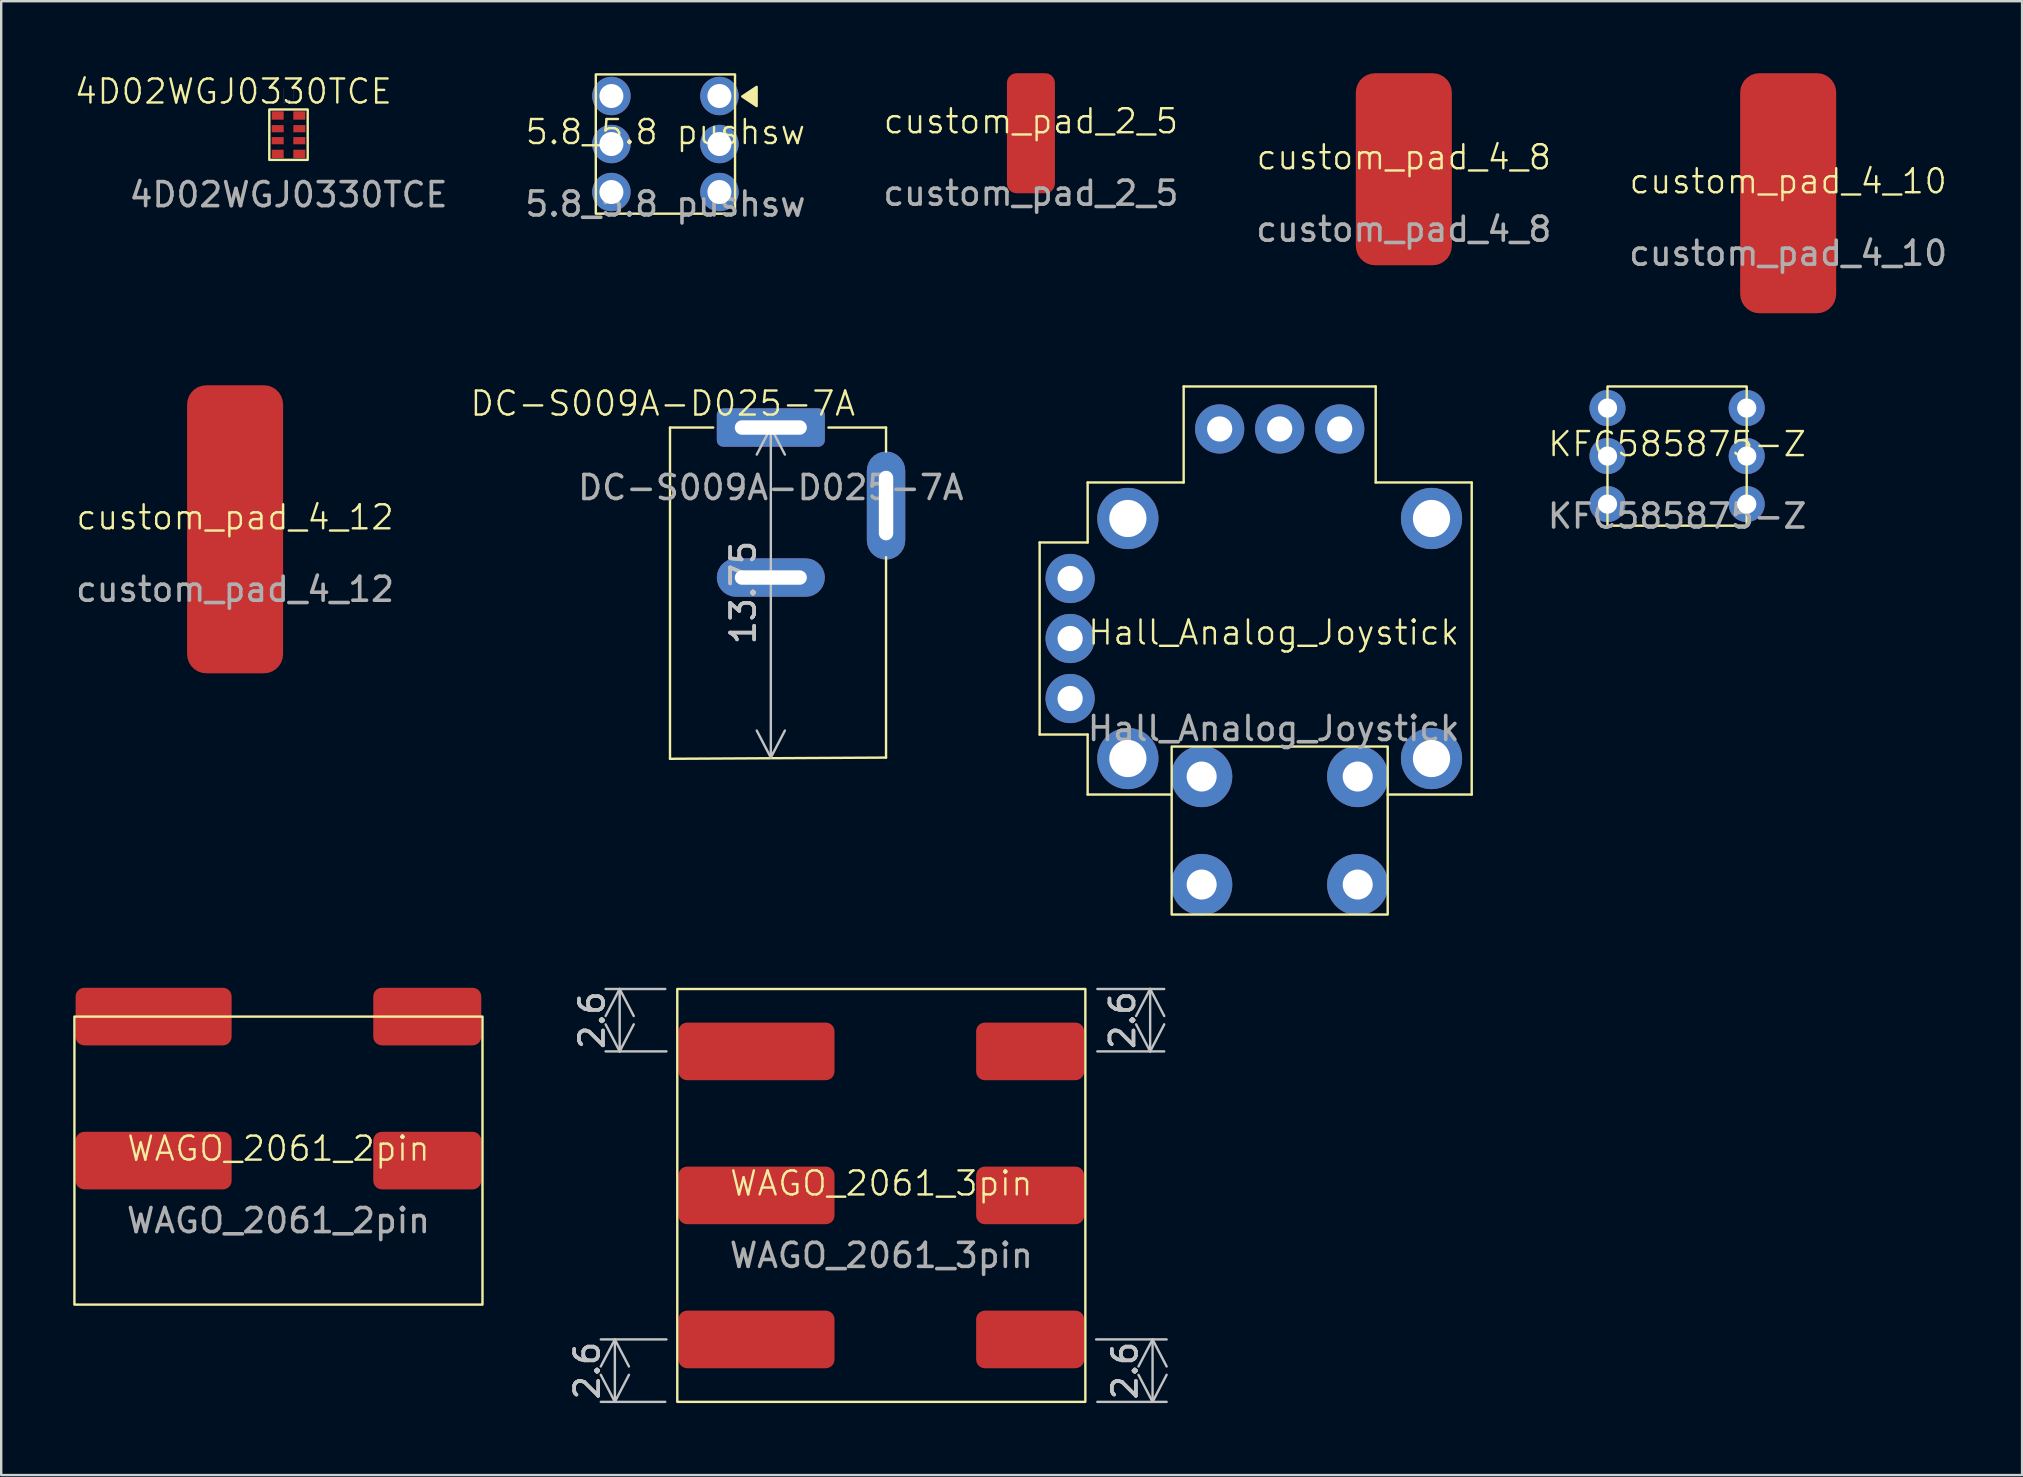
<source format=kicad_pcb>
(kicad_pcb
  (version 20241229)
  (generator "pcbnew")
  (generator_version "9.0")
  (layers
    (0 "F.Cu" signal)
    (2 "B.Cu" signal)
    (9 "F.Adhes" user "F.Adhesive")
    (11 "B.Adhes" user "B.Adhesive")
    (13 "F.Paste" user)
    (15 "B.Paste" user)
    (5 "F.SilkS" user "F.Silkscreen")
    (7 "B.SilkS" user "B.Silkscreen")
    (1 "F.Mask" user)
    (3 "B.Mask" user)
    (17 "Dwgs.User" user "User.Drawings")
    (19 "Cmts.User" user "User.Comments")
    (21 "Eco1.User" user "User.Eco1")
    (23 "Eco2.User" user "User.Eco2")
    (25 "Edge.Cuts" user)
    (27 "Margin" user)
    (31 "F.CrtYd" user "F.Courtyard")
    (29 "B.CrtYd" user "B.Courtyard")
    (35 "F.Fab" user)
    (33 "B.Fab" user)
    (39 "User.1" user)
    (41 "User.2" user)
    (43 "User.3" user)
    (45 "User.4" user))
  (footprint "custom_pad_2_5"
    (layer "F.Cu")
    (at 39.898 2.5)
    (property "Reference" "custom_pad_2_5" (at 0 -0.5 0) (unlocked yes) (layer "F.SilkS") (effects (font (size 1 1) (thickness 0.1))))
    (attr smd)
    (fp_text user "${REFERENCE}" (at 0 2.5 0) (unlocked yes) (layer "F.Fab") (effects (font (size 1 1) (thickness 0.15))))
    (pad "1" smd roundrect (at 0 0) (size 2 5) (layers "F.Cu" "F.Mask" "F.Paste") (roundrect_rratio 0.2)))
  (footprint "4D02WGJ0330TCE"
    (layer "F.Cu")
    (at 8.969 2.561)
    (property "Reference" "4D02WGJ0330TCE" (at -2.3 -1.8 0) (unlocked yes) (layer "F.SilkS") (effects (font (size 1 1) (thickness 0.1))))
    (attr smd)
    (fp_rect (start -0.8 -1.05) (end 0.8 1.05) (stroke (width 0.1) (type default)) (fill no) (layer "F.SilkS"))
    (fp_text user "${REFERENCE}" (at 0 2.5 0) (unlocked yes) (layer "F.Fab") (effects (font (size 1 1) (thickness 0.15))))
    (dimension (type orthogonal) (layer "Dwgs.User") (pts (xy 8.769 1.611) (xy 9.169 1.611)) (height -0.4) (orientation 0) (format (prefix "") (suffix "") (units 3) (units_format 0) (precision 4) (suppress_zeroes yes)) (style (thickness 0.005) (arrow_length 0.05) (text_position_mode 0) (arrow_direction outward) (extension_height 0.586) (extension_offset 0.5) (keep_text_aligned yes)) (gr_text "0.4" (at 8.969 1.148 0) (layer "Dwgs.User") (effects (font (size 0.05 0.05) (thickness 0.04) (bold yes)))))
    (pad "1" smd rect (at -0.45 -0.8) (size 0.5 0.35) (layers "F.Cu" "F.Mask" "F.Paste"))
    (pad "2" smd rect (at -0.45 -0.25) (size 0.5 0.3) (layers "F.Cu" "F.Mask" "F.Paste"))
    (pad "3" smd rect (at -0.45 0.25) (size 0.5 0.3) (layers "F.Cu" "F.Mask" "F.Paste"))
    (pad "4" smd rect (at -0.45 0.8) (size 0.5 0.35) (layers "F.Cu" "F.Mask" "F.Paste"))
    (pad "5" smd rect (at 0.45 0.8) (size 0.5 0.35) (layers "F.Cu" "F.Mask" "F.Paste"))
    (pad "6" smd rect (at 0.45 0.25) (size 0.5 0.3) (layers "F.Cu" "F.Mask" "F.Paste"))
    (pad "7" smd rect (at 0.45 -0.25) (size 0.5 0.3) (layers "F.Cu" "F.Mask" "F.Paste"))
    (pad "8" smd rect (at 0.45 -0.8) (size 0.5 0.35) (layers "F.Cu" "F.Mask" "F.Paste")))
  (footprint "custom_pad_4_12"
    (layer "F.Cu")
    (at 6.744 19)
    (property "Reference" "custom_pad_4_12" (at 0 -0.5 0) (unlocked yes) (layer "F.SilkS") (effects (font (size 1 1) (thickness 0.1))))
    (attr smd)
    (fp_text user "${REFERENCE}" (at 0 2.5 0) (unlocked yes) (layer "F.Fab") (effects (font (size 1 1) (thickness 0.15))))
    (pad "1" smd roundrect (at 0 0) (size 4 12) (layers "F.Cu" "F.Mask" "F.Paste") (roundrect_rratio 0.2)))
  (footprint "5.8_5.8 pushsw"
    (layer "F.Cu")
    (at 24.671 2.95)
    (property "Reference" "5.8_5.8 pushsw" (at 0 -0.5 0) (unlocked yes) (layer "F.SilkS") (effects (font (size 1 1) (thickness 0.1))))
    (attr smd)
    (fp_rect (start -2.9 -2.9) (end 2.9 2.9) (stroke (width 0.1) (type solid)) (fill no) (layer "F.SilkS"))
    (fp_poly (pts (xy 3.2 -1.982) (xy 3.8 -2.381) (xy 3.8 -1.581)) (stroke (width 0.1) (type solid)) (fill yes) (layer "F.SilkS"))
    (fp_text user "${REFERENCE}" (at 0 2.5 0) (unlocked yes) (layer "F.Fab") (effects (font (size 1 1) (thickness 0.15))))
    (pad "1" thru_hole circle (at 2.25 -2) (size 1.6 1.6) (drill 1) (layers "*.Cu" "*.Mask"))
    (pad "2" thru_hole circle (at 2.25 0) (size 1.6 1.6) (drill 1) (layers "*.Cu" "*.Mask"))
    (pad "3" thru_hole circle (at 2.25 2) (size 1.6 1.6) (drill 1) (layers "*.Cu" "*.Mask"))
    (pad "4" thru_hole circle (at -2.25 -2) (size 1.6 1.6) (drill 1) (layers "*.Cu" "*.Mask"))
    (pad "5" thru_hole circle (at -2.25 0) (size 1.6 1.6) (drill 1) (layers "*.Cu" "*.Mask"))
    (pad "6" thru_hole circle (at -2.25 2) (size 1.6 1.6) (drill 1) (layers "*.Cu" "*.Mask")))
  (footprint "KFC585875-Z"
    (layer "F.Cu")
    (at 66.817 15.95)
    (property "Reference" "KFC585875-Z" (at 0 -0.5 0) (unlocked yes) (layer "F.SilkS") (effects (font (size 1 1) (thickness 0.1))))
    (attr smd)
    (fp_rect (start -2.9 -2.9) (end 2.9 2.9) (stroke (width 0.1) (type default)) (fill no) (layer "F.SilkS"))
    (fp_text user "${REFERENCE}" (at 0 2.5 0) (unlocked yes) (layer "F.Fab") (effects (font (size 1 1) (thickness 0.15))))
    (pad "1" thru_hole circle (at -2.9 -2) (size 1.5 1.5) (drill 0.8) (layers "*.Cu" "*.Mask"))
    (pad "2" thru_hole circle (at -2.9 0) (size 1.5 1.5) (drill 0.8) (layers "*.Cu" "*.Mask"))
    (pad "3" thru_hole circle (at -2.9 2) (size 1.5 1.5) (drill 0.8) (layers "*.Cu" "*.Mask"))
    (pad "4" thru_hole circle (at 2.9 -2) (size 1.5 1.5) (drill 0.8) (layers "*.Cu" "*.Mask"))
    (pad "5" thru_hole circle (at 2.9 0) (size 1.5 1.5) (drill 0.8) (layers "*.Cu" "*.Mask"))
    (pad "6" thru_hole circle (at 2.9 2) (size 1.5 1.5) (drill 0.8) (layers "*.Cu" "*.Mask")))
  (footprint "DC-S009A-D025-7A"
    (layer "F.Cu")
    (at 29.062 14.761)
    (property "Reference" "DC-S009A-D025-7A" (at -4.5 -1 0) (unlocked yes) (layer "F.SilkS") (effects (font (size 1 1) (thickness 0.1))))
    (attr smd)
    (fp_line (start -4.2 13.8) (end -4.2 0) (stroke (width 0.1) (type default)) (layer "F.SilkS"))
    (fp_line (start -2.4 0) (end -4.2 0) (stroke (width 0.1) (type default)) (layer "F.SilkS"))
    (fp_line (start 2.4 0) (end 4.8 0) (stroke (width 0.1) (type default)) (layer "F.SilkS"))
    (fp_line (start 4.8 0) (end 4.8 1) (stroke (width 0.1) (type default)) (layer "F.SilkS"))
    (fp_line (start 4.8 5.4) (end 4.8 13.75) (stroke (width 0.1) (type default)) (layer "F.SilkS"))
    (fp_line (start 4.8 13.75) (end -4.2 13.8) (stroke (width 0.1) (type default)) (layer "F.SilkS"))
    (fp_text user "${REFERENCE}" (at 0 2.5 0) (unlocked yes) (layer "F.Fab") (effects (font (size 1 1) (thickness 0.15))))
    (dimension (type orthogonal) (layer "Dwgs.User") (pts (xy 29.062 14.761) (xy 29.062 28.511)) (height 0) (orientation 1) (format (prefix "") (suffix "") (units 3) (units_format 0) (precision 4) (suppress_zeroes yes)) (style (thickness 0.1) (arrow_length 1.27) (text_position_mode 0) (arrow_direction outward) (extension_height 0.586) (extension_offset 0.5) (keep_text_aligned yes)) (gr_text "13.75" (at 27.912 21.636 90) (layer "Dwgs.User") (effects (font (size 1 1) (thickness 0.15)))))
    (pad "1" thru_hole roundrect (at 0 0) (size 4.5 1.6) (drill oval 3 0.6) (layers "*.Cu" "*.Mask") (roundrect_rratio 0.167))
    (pad "2" thru_hole roundrect (at 0 6.25) (size 4.5 1.6) (drill oval 3 0.6) (layers "*.Cu" "*.Mask") (roundrect_rratio 0.5))
    (pad "3" thru_hole roundrect (at 4.8 3.25 90) (size 4.5 1.6) (drill oval 2.9 0.6) (layers "*.Cu" "*.Mask") (roundrect_rratio 0.5)))
  (footprint "custom_pad_4_8"
    (layer "F.Cu")
    (at 55.433 4)
    (property "Reference" "custom_pad_4_8" (at 0 -0.5 0) (unlocked yes) (layer "F.SilkS") (effects (font (size 1 1) (thickness 0.1))))
    (attr smd)
    (fp_text user "${REFERENCE}" (at 0 2.5 0) (unlocked yes) (layer "F.Fab") (effects (font (size 1 1) (thickness 0.15))))
    (pad "1" smd roundrect (at 0 0) (size 4 8) (layers "F.Cu" "F.Mask" "F.Paste") (roundrect_rratio 0.2)))
  (footprint "custom_pad_4_10"
    (layer "F.Cu")
    (at 71.445 5)
    (property "Reference" "custom_pad_4_10" (at 0 -0.5 0) (unlocked yes) (layer "F.SilkS") (effects (font (size 1 1) (thickness 0.1))))
    (attr smd)
    (fp_text user "${REFERENCE}" (at 0 2.5 0) (unlocked yes) (layer "F.Fab") (effects (font (size 1 1) (thickness 0.15))))
    (pad "1" smd roundrect (at 0 0) (size 4 10) (layers "F.Cu" "F.Mask" "F.Paste") (roundrect_rratio 0.2)))
  (footprint "WAGO_2061_3pin"
    (layer "F.Cu")
    (at 33.665 46.75)
    (property "Reference" "WAGO_2061_3pin" (at 0 -0.5 0) (unlocked yes) (layer "F.SilkS") (effects (font (size 1 1) (thickness 0.1))))
    (attr smd)
    (fp_rect (start -8.5 -8.6) (end 8.5 8.6) (stroke (width 0.1) (type solid)) (fill no) (layer "F.SilkS"))
    (fp_text user "${REFERENCE}" (at 0 2.5 0) (unlocked yes) (layer "F.Fab") (effects (font (size 1 1) (thickness 0.15))))
    (dimension (type orthogonal) (layer "Dwgs.User") (pts (xy 25.165 38.15) (xy 25.215 40.75)) (height -2.4) (orientation 1) (format (prefix "") (suffix "") (units 3) (units_format 0) (precision 4) (suppress_zeroes yes)) (style (thickness 0.1) (arrow_length 1.27) (text_position_mode 0) (arrow_direction outward) (extension_height 0.586) (extension_offset 0.5) (keep_text_aligned yes)) (gr_text "2.6" (at 21.615 39.45 90) (layer "Dwgs.User") (effects (font (size 1 1) (thickness 0.15)))))
    (dimension (type orthogonal) (layer "Dwgs.User") (pts (xy 25.165 55.35) (xy 25.215 52.75)) (height -2.6) (orientation 1) (format (prefix "") (suffix "") (units 3) (units_format 0) (precision 4) (suppress_zeroes yes)) (style (thickness 0.1) (arrow_length 1.27) (text_position_mode 0) (arrow_direction outward) (extension_height 0.586) (extension_offset 0.5) (keep_text_aligned yes)) (gr_text "2.6" (at 21.415 54.05 90) (layer "Dwgs.User") (effects (font (size 1 1) (thickness 0.15)))))
    (dimension (type orthogonal) (layer "Dwgs.User") (pts (xy 42.165 55.35) (xy 42.115 52.75)) (height 2.8) (orientation 1) (format (prefix "") (suffix "") (units 3) (units_format 0) (precision 4) (suppress_zeroes yes)) (style (thickness 0.1) (arrow_length 1.27) (text_position_mode 0) (arrow_direction outward) (extension_height 0.586) (extension_offset 0.5) (keep_text_aligned yes)) (gr_text "2.6" (at 43.815 54.05 90) (layer "Dwgs.User") (effects (font (size 1 1) (thickness 0.15)))))
    (dimension (type orthogonal) (layer "Dwgs.User") (pts (xy 42.165 40.75) (xy 42.165 38.15)) (height 2.7) (orientation 1) (format (prefix "") (suffix "") (units 3) (units_format 0) (precision 4) (suppress_zeroes yes)) (style (thickness 0.1) (arrow_length 1.27) (text_position_mode 0) (arrow_direction outward) (extension_height 0.586) (extension_offset 0.5) (keep_text_aligned yes)) (gr_text "2.6" (at 43.715 39.45 90) (layer "Dwgs.User") (effects (font (size 1 1) (thickness 0.15)))))
    (pad "1" smd roundrect (at -5.2 -6) (size 6.5 2.4) (layers "F.Cu" "F.Mask" "F.Paste") (roundrect_rratio 0.15))
    (pad "1" smd roundrect (at 6.2 -6) (size 4.5 2.4) (layers "F.Cu" "F.Mask" "F.Paste") (roundrect_rratio 0.15))
    (pad "2" smd roundrect (at -5.2 0) (size 6.5 2.4) (layers "F.Cu" "F.Mask" "F.Paste") (roundrect_rratio 0.15))
    (pad "2" smd roundrect (at 6.2 0) (size 4.5 2.4) (layers "F.Cu" "F.Mask" "F.Paste") (roundrect_rratio 0.15))
    (pad "3" smd roundrect (at -5.2 6) (size 6.5 2.4) (layers "F.Cu" "F.Mask" "F.Paste") (roundrect_rratio 0.15))
    (pad "3" smd roundrect (at 6.2 6) (size 4.5 2.4) (layers "F.Cu" "F.Mask" "F.Paste") (roundrect_rratio 0.15)))
  (footprint "Hall_Analog_Joystick"
    (layer "F.Cu")
    (at 50.011 24.8)
    (property "Reference" "Hall_Analog_Joystick" (at 0 -1.5 0) (unlocked yes) (layer "F.SilkS") (effects (font (size 1 1) (thickness 0.1))))
    (attr smd)
    (fp_line (start -9.75 -5.25) (end -9.75 2.75) (stroke (width 0.1) (type default)) (layer "F.SilkS"))
    (fp_line (start -9.75 2.75) (end -7.75 2.75) (stroke (width 0.1) (type default)) (layer "F.SilkS"))
    (fp_line (start -7.75 -7.75) (end -7.75 -5.25) (stroke (width 0.1) (type default)) (layer "F.SilkS"))
    (fp_line (start -7.75 -5.25) (end -9.75 -5.25) (stroke (width 0.1) (type default)) (layer "F.SilkS"))
    (fp_line (start -7.75 2.75) (end -7.75 5.25) (stroke (width 0.1) (type default)) (layer "F.SilkS"))
    (fp_line (start -7.75 5.25) (end -4.25 5.25) (stroke (width 0.1) (type default)) (layer "F.SilkS"))
    (fp_line (start -3.75 -11.75) (end -3.75 -7.75) (stroke (width 0.1) (type default)) (layer "F.SilkS"))
    (fp_line (start -3.75 -7.75) (end -7.75 -7.75) (stroke (width 0.1) (type default)) (layer "F.SilkS"))
    (fp_line (start 4.25 -11.75) (end -3.75 -11.75) (stroke (width 0.1) (type default)) (layer "F.SilkS"))
    (fp_line (start 4.25 -7.75) (end 4.25 -11.75) (stroke (width 0.1) (type default)) (layer "F.SilkS"))
    (fp_line (start 4.75 5.25) (end 8.25 5.25) (stroke (width 0.1) (type default)) (layer "F.SilkS"))
    (fp_line (start 8.25 -7.75) (end 4.25 -7.75) (stroke (width 0.1) (type default)) (layer "F.SilkS"))
    (fp_line (start 8.25 5.25) (end 8.25 -7.75) (stroke (width 0.1) (type default)) (layer "F.SilkS"))
    (fp_rect (start -4.25 3.25) (end 4.75 10.25) (stroke (width 0.1) (type default)) (fill no) (layer "F.SilkS"))
    (fp_text user "${REFERENCE}" (at 0 2.5 0) (unlocked yes) (layer "F.Fab") (effects (font (size 1 1) (thickness 0.15))))
    (pad "1" thru_hole circle (at 2.75 -9.98) (size 2.05 2.05) (drill 1.05) (layers "*.Cu" "*.Mask"))
    (pad "2" thru_hole circle (at 0.25 -9.98) (size 2.05 2.05) (drill 1.05) (layers "*.Cu" "*.Mask"))
    (pad "3" thru_hole circle (at -2.25 -9.98) (size 2.05 2.05) (drill 1.05) (layers "*.Cu" "*.Mask"))
    (pad "4" thru_hole circle (at -8.48 -3.75) (size 2.05 2.05) (drill 1.05) (layers "*.Cu" "*.Mask"))
    (pad "5" thru_hole circle (at -8.48 -1.25) (size 2.05 2.05) (drill 1.05) (layers "*.Cu" "*.Mask"))
    (pad "6" thru_hole circle (at -8.48 1.25) (size 2.05 2.05) (drill 1.05) (layers "*.Cu" "*.Mask"))
    (pad "7" thru_hole circle (at -3 4.5) (size 2.55 2.55) (drill 1.25) (layers "*.Cu" "*.Mask"))
    (pad "7" thru_hole circle (at 3.5 4.5) (size 2.55 2.55) (drill 1.25) (layers "*.Cu" "*.Mask"))
    (pad "8" thru_hole circle (at -3 9) (size 2.55 2.55) (drill 1.25) (layers "*.Cu" "*.Mask"))
    (pad "8" thru_hole circle (at 3.5 9) (size 2.55 2.55) (drill 1.25) (layers "*.Cu" "*.Mask"))
    (pad "9" thru_hole circle (at -6.075 -6.25) (size 2.55 2.55) (drill 1.55) (layers "*.Cu" "*.Mask"))
    (pad "9" thru_hole circle (at -6.075 3.75) (size 2.55 2.55) (drill 1.55) (layers "*.Cu" "*.Mask"))
    (pad "9" thru_hole circle (at 6.575 -6.25) (size 2.55 2.55) (drill 1.55) (layers "*.Cu" "*.Mask"))
    (pad "9" thru_hole circle (at 6.575 3.75) (size 2.55 2.55) (drill 1.55) (layers "*.Cu" "*.Mask")))
  (footprint "WAGO_2061_2pin"
    (layer "F.Cu")
    (at 8.55 45.3)
    (property "Reference" "WAGO_2061_2pin" (at 0 -0.5 0) (unlocked yes) (layer "F.SilkS") (effects (font (size 1 1) (thickness 0.1))))
    (attr smd)
    (fp_rect (start -8.5 -6) (end 8.5 6) (stroke (width 0.1) (type solid)) (fill no) (layer "F.SilkS"))
    (fp_text user "${REFERENCE}" (at 0 2.5 0) (unlocked yes) (layer "F.Fab") (effects (font (size 1 1) (thickness 0.15))))
    (pad "1" smd roundrect (at -5.2 -6) (size 6.5 2.4) (layers "F.Cu" "F.Mask" "F.Paste") (roundrect_rratio 0.15))
    (pad "1" smd roundrect (at 6.2 -6) (size 4.5 2.4) (layers "F.Cu" "F.Mask" "F.Paste") (roundrect_rratio 0.15))
    (pad "2" smd roundrect (at -5.2 0) (size 6.5 2.4) (layers "F.Cu" "F.Mask" "F.Paste") (roundrect_rratio 0.15))
    (pad "2" smd roundrect (at 6.2 0) (size 4.5 2.4) (layers "F.Cu" "F.Mask" "F.Paste") (roundrect_rratio 0.15)))
  (gr_rect
    (start -3 -3)
    (end 81.189 58.4)
    (stroke (width 0.1) (type default))
    (fill no)
    (layer "Edge.Cuts")))
</source>
